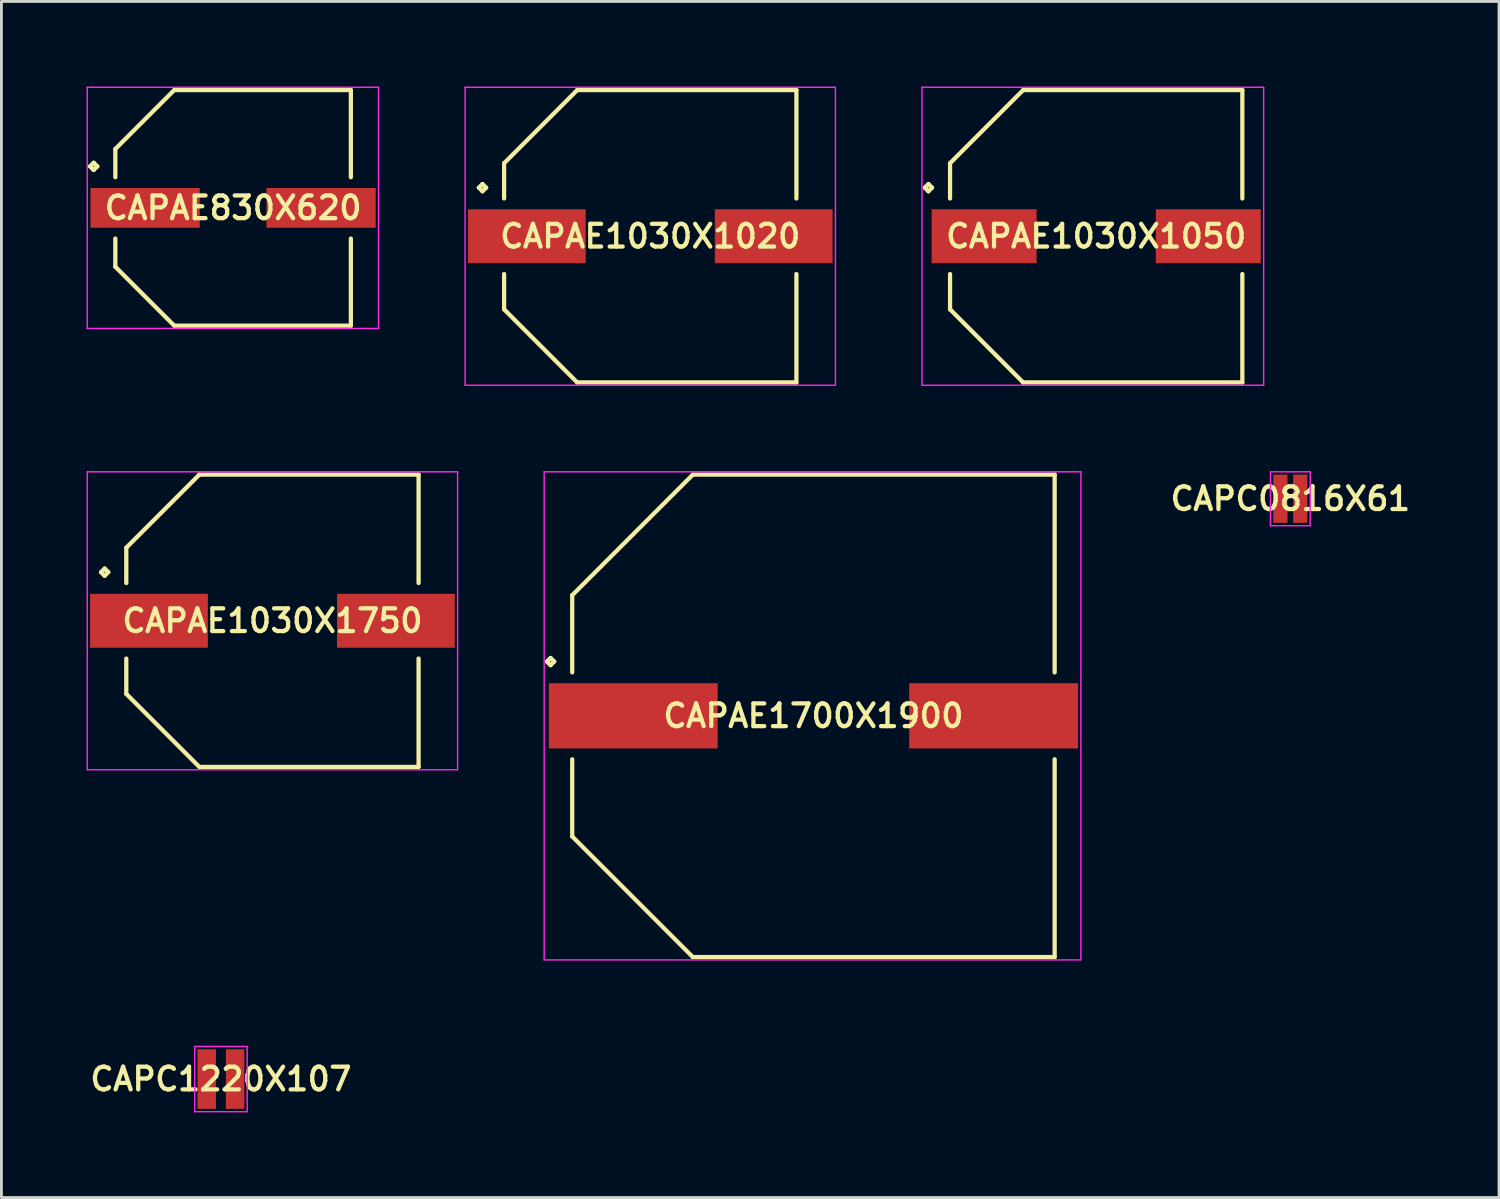
<source format=kicad_pcb>
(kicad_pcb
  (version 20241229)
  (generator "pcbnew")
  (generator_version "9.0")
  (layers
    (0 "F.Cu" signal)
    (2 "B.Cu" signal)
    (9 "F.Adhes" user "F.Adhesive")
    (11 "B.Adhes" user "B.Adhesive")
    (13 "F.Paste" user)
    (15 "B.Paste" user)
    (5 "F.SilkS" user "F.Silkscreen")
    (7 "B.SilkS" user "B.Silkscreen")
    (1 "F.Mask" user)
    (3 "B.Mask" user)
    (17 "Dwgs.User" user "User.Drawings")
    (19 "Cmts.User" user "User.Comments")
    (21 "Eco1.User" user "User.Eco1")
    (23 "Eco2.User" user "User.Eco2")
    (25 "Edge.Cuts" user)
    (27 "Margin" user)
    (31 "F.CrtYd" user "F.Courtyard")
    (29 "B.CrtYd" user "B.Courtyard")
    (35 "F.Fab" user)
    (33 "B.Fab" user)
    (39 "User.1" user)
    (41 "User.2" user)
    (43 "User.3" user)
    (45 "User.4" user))
  (footprint "CAPAE1030X1020"
    (layer "F.Cu")
    (at 19.864 5.275)
    (property "Reference" "CAPAE1030X1020" (at 0 0 0) (layer "F.SilkS") (effects (font (size 0.8 0.8) (thickness 0.15))))
    (attr smd)
    (fp_line (start -6.039 -1.712) (end -5.912 -1.839) (stroke (width 0.15) (type solid)) (layer "F.SilkS"))
    (fp_line (start -5.912 -1.839) (end -5.785 -1.712) (stroke (width 0.15) (type solid)) (layer "F.SilkS"))
    (fp_line (start -5.912 -1.585) (end -6.039 -1.712) (stroke (width 0.15) (type solid)) (layer "F.SilkS"))
    (fp_line (start -5.785 -1.712) (end -5.912 -1.585) (stroke (width 0.15) (type solid)) (layer "F.SilkS"))
    (fp_line (start -5.15 -2.575) (end -5.15 -1.331) (stroke (width 0.15) (type solid)) (layer "F.SilkS"))
    (fp_line (start -5.15 2.575) (end -5.15 1.331) (stroke (width 0.15) (type solid)) (layer "F.SilkS"))
    (fp_line (start -2.575 -5.15) (end -5.15 -2.575) (stroke (width 0.15) (type solid)) (layer "F.SilkS"))
    (fp_line (start -2.575 5.15) (end -5.15 2.575) (stroke (width 0.15) (type solid)) (layer "F.SilkS"))
    (fp_line (start 5.15 -5.15) (end -2.575 -5.15) (stroke (width 0.15) (type solid)) (layer "F.SilkS"))
    (fp_line (start 5.15 -1.331) (end 5.15 -5.15) (stroke (width 0.15) (type solid)) (layer "F.SilkS"))
    (fp_line (start 5.15 1.331) (end 5.15 5.15) (stroke (width 0.15) (type solid)) (layer "F.SilkS"))
    (fp_line (start 5.15 5.15) (end -2.575 5.15) (stroke (width 0.15) (type solid)) (layer "F.SilkS"))
    (fp_line (start -6.525 -5.25) (end 6.525 -5.25) (stroke (width 0.05) (type solid)) (layer "F.CrtYd"))
    (fp_line (start -6.525 5.25) (end -6.525 -5.25) (stroke (width 0.05) (type solid)) (layer "F.CrtYd"))
    (fp_line (start 6.525 -5.25) (end 6.525 5.25) (stroke (width 0.05) (type solid)) (layer "F.CrtYd"))
    (fp_line (start 6.525 5.25) (end -6.525 5.25) (stroke (width 0.05) (type solid)) (layer "F.CrtYd"))
    (pad "1" smd rect (at -4.35 0) (size 4.15 1.9) (layers "F.Cu" "F.Mask" "F.Paste"))
    (pad "2" smd rect (at 4.35 0) (size 4.15 1.9) (layers "F.Cu" "F.Mask" "F.Paste")))
  (footprint "CAPAE1030X1750"
    (layer "F.Cu")
    (at 6.55 18.825)
    (property "Reference" "CAPAE1030X1750" (at 0 0 0) (layer "F.SilkS") (effects (font (size 0.8 0.8) (thickness 0.15))))
    (attr smd)
    (fp_line (start -6.039 -1.712) (end -5.912 -1.839) (stroke (width 0.15) (type solid)) (layer "F.SilkS"))
    (fp_line (start -5.912 -1.839) (end -5.785 -1.712) (stroke (width 0.15) (type solid)) (layer "F.SilkS"))
    (fp_line (start -5.912 -1.585) (end -6.039 -1.712) (stroke (width 0.15) (type solid)) (layer "F.SilkS"))
    (fp_line (start -5.785 -1.712) (end -5.912 -1.585) (stroke (width 0.15) (type solid)) (layer "F.SilkS"))
    (fp_line (start -5.15 -2.575) (end -5.15 -1.331) (stroke (width 0.15) (type solid)) (layer "F.SilkS"))
    (fp_line (start -5.15 2.575) (end -5.15 1.331) (stroke (width 0.15) (type solid)) (layer "F.SilkS"))
    (fp_line (start -2.575 -5.15) (end -5.15 -2.575) (stroke (width 0.15) (type solid)) (layer "F.SilkS"))
    (fp_line (start -2.575 5.15) (end -5.15 2.575) (stroke (width 0.15) (type solid)) (layer "F.SilkS"))
    (fp_line (start 5.15 -5.15) (end -2.575 -5.15) (stroke (width 0.15) (type solid)) (layer "F.SilkS"))
    (fp_line (start 5.15 -1.331) (end 5.15 -5.15) (stroke (width 0.15) (type solid)) (layer "F.SilkS"))
    (fp_line (start 5.15 1.331) (end 5.15 5.15) (stroke (width 0.15) (type solid)) (layer "F.SilkS"))
    (fp_line (start 5.15 5.15) (end -2.575 5.15) (stroke (width 0.15) (type solid)) (layer "F.SilkS"))
    (fp_line (start -6.525 -5.25) (end 6.525 -5.25) (stroke (width 0.05) (type solid)) (layer "F.CrtYd"))
    (fp_line (start -6.525 5.25) (end -6.525 -5.25) (stroke (width 0.05) (type solid)) (layer "F.CrtYd"))
    (fp_line (start 6.525 -5.25) (end 6.525 5.25) (stroke (width 0.05) (type solid)) (layer "F.CrtYd"))
    (fp_line (start 6.525 5.25) (end -6.525 5.25) (stroke (width 0.05) (type solid)) (layer "F.CrtYd"))
    (pad "1" smd rect (at -4.35 0) (size 4.15 1.9) (layers "F.Cu" "F.Mask" "F.Paste"))
    (pad "2" smd rect (at 4.35 0) (size 4.15 1.9) (layers "F.Cu" "F.Mask" "F.Paste")))
  (footprint "CAPAE1700X1900"
    (layer "F.Cu")
    (at 25.614 22.175)
    (property "Reference" "CAPAE1700X1900" (at 0 0 0) (layer "F.SilkS") (effects (font (size 0.8 0.8) (thickness 0.15))))
    (attr smd)
    (fp_line (start -9.389 -1.912) (end -9.262 -2.039) (stroke (width 0.15) (type solid)) (layer "F.SilkS"))
    (fp_line (start -9.262 -2.039) (end -9.135 -1.912) (stroke (width 0.15) (type solid)) (layer "F.SilkS"))
    (fp_line (start -9.262 -1.785) (end -9.389 -1.912) (stroke (width 0.15) (type solid)) (layer "F.SilkS"))
    (fp_line (start -9.135 -1.912) (end -9.262 -1.785) (stroke (width 0.15) (type solid)) (layer "F.SilkS"))
    (fp_line (start -8.5 -4.25) (end -8.5 -1.531) (stroke (width 0.15) (type solid)) (layer "F.SilkS"))
    (fp_line (start -8.5 4.25) (end -8.5 1.531) (stroke (width 0.15) (type solid)) (layer "F.SilkS"))
    (fp_line (start -4.25 -8.5) (end -8.5 -4.25) (stroke (width 0.15) (type solid)) (layer "F.SilkS"))
    (fp_line (start -4.25 8.5) (end -8.5 4.25) (stroke (width 0.15) (type solid)) (layer "F.SilkS"))
    (fp_line (start 8.5 -8.5) (end -4.25 -8.5) (stroke (width 0.15) (type solid)) (layer "F.SilkS"))
    (fp_line (start 8.5 -1.531) (end 8.5 -8.5) (stroke (width 0.15) (type solid)) (layer "F.SilkS"))
    (fp_line (start 8.5 1.531) (end 8.5 8.5) (stroke (width 0.15) (type solid)) (layer "F.SilkS"))
    (fp_line (start 8.5 8.5) (end -4.25 8.5) (stroke (width 0.15) (type solid)) (layer "F.SilkS"))
    (fp_line (start -9.489 -8.6) (end 9.425 -8.6) (stroke (width 0.05) (type solid)) (layer "F.CrtYd"))
    (fp_line (start -9.489 8.6) (end -9.489 -8.6) (stroke (width 0.05) (type solid)) (layer "F.CrtYd"))
    (fp_line (start 9.425 -8.6) (end 9.425 8.6) (stroke (width 0.05) (type solid)) (layer "F.CrtYd"))
    (fp_line (start 9.425 8.6) (end -9.489 8.6) (stroke (width 0.05) (type solid)) (layer "F.CrtYd"))
    (pad "1" smd rect (at -6.35 0) (size 5.95 2.3) (layers "F.Cu" "F.Mask" "F.Paste"))
    (pad "2" smd rect (at 6.35 0) (size 5.95 2.3) (layers "F.Cu" "F.Mask" "F.Paste")))
  (footprint "CAPAE1030X1050"
    (layer "F.Cu")
    (at 35.578 5.275)
    (property "Reference" "CAPAE1030X1050" (at 0 0 0) (layer "F.SilkS") (effects (font (size 0.8 0.8) (thickness 0.15))))
    (attr smd)
    (fp_line (start -6.039 -1.712) (end -5.912 -1.839) (stroke (width 0.15) (type solid)) (layer "F.SilkS"))
    (fp_line (start -5.912 -1.839) (end -5.785 -1.712) (stroke (width 0.15) (type solid)) (layer "F.SilkS"))
    (fp_line (start -5.912 -1.585) (end -6.039 -1.712) (stroke (width 0.15) (type solid)) (layer "F.SilkS"))
    (fp_line (start -5.785 -1.712) (end -5.912 -1.585) (stroke (width 0.15) (type solid)) (layer "F.SilkS"))
    (fp_line (start -5.15 -2.575) (end -5.15 -1.331) (stroke (width 0.15) (type solid)) (layer "F.SilkS"))
    (fp_line (start -5.15 2.575) (end -5.15 1.331) (stroke (width 0.15) (type solid)) (layer "F.SilkS"))
    (fp_line (start -2.575 -5.15) (end -5.15 -2.575) (stroke (width 0.15) (type solid)) (layer "F.SilkS"))
    (fp_line (start -2.575 5.15) (end -5.15 2.575) (stroke (width 0.15) (type solid)) (layer "F.SilkS"))
    (fp_line (start 5.15 -5.15) (end -2.575 -5.15) (stroke (width 0.15) (type solid)) (layer "F.SilkS"))
    (fp_line (start 5.15 -1.331) (end 5.15 -5.15) (stroke (width 0.15) (type solid)) (layer "F.SilkS"))
    (fp_line (start 5.15 1.331) (end 5.15 5.15) (stroke (width 0.15) (type solid)) (layer "F.SilkS"))
    (fp_line (start 5.15 5.15) (end -2.575 5.15) (stroke (width 0.15) (type solid)) (layer "F.SilkS"))
    (fp_line (start -6.139 -5.25) (end 5.9 -5.25) (stroke (width 0.05) (type solid)) (layer "F.CrtYd"))
    (fp_line (start -6.139 5.25) (end -6.139 -5.25) (stroke (width 0.05) (type solid)) (layer "F.CrtYd"))
    (fp_line (start 5.9 -5.25) (end 5.9 5.25) (stroke (width 0.05) (type solid)) (layer "F.CrtYd"))
    (fp_line (start 5.9 5.25) (end -6.139 5.25) (stroke (width 0.05) (type solid)) (layer "F.CrtYd"))
    (pad "1" smd rect (at -3.95 0) (size 3.7 1.9) (layers "F.Cu" "F.Mask" "F.Paste"))
    (pad "2" smd rect (at 3.95 0) (size 3.7 1.9) (layers "F.Cu" "F.Mask" "F.Paste")))
  (footprint "CAPC1220X107"
    (layer "F.Cu")
    (at 4.735 34.975)
    (property "Reference" "CAPC1220X107" (at 0 0 0) (layer "F.SilkS") (effects (font (size 0.8 0.8) (thickness 0.15))))
    (attr smd)
    (fp_line (start -0.925 -1.15) (end 0.925 -1.15) (stroke (width 0.05) (type solid)) (layer "F.CrtYd"))
    (fp_line (start -0.925 1.15) (end -0.925 -1.15) (stroke (width 0.05) (type solid)) (layer "F.CrtYd"))
    (fp_line (start 0.925 -1.15) (end 0.925 1.15) (stroke (width 0.05) (type solid)) (layer "F.CrtYd"))
    (fp_line (start 0.925 1.15) (end -0.925 1.15) (stroke (width 0.05) (type solid)) (layer "F.CrtYd"))
    (pad "1" smd rect (at -0.5 0) (size 0.65 2.1) (layers "F.Cu" "F.Mask" "F.Paste"))
    (pad "2" smd rect (at 0.5 0) (size 0.65 2.1) (layers "F.Cu" "F.Mask" "F.Paste")))
  (footprint "CAPC0816X61"
    (layer "F.Cu")
    (at 42.419 14.525)
    (property "Reference" "CAPC0816X61" (at 0 0 0) (layer "F.SilkS") (effects (font (size 0.8 0.8) (thickness 0.15))))
    (attr smd)
    (fp_line (start -0.7 -0.95) (end 0.7 -0.95) (stroke (width 0.05) (type solid)) (layer "F.CrtYd"))
    (fp_line (start -0.7 0.95) (end -0.7 -0.95) (stroke (width 0.05) (type solid)) (layer "F.CrtYd"))
    (fp_line (start 0.7 -0.95) (end 0.7 0.95) (stroke (width 0.05) (type solid)) (layer "F.CrtYd"))
    (fp_line (start 0.7 0.95) (end -0.7 0.95) (stroke (width 0.05) (type solid)) (layer "F.CrtYd"))
    (pad "1" smd rect (at -0.35 0) (size 0.5 1.7) (layers "F.Cu" "F.Mask" "F.Paste"))
    (pad "2" smd rect (at 0.35 0) (size 0.5 1.7) (layers "F.Cu" "F.Mask" "F.Paste")))
  (footprint "CAPAE830X620"
    (layer "F.Cu")
    (at 5.164 4.275)
    (property "Reference" "CAPAE830X620" (at 0 0 0) (layer "F.SilkS") (effects (font (size 0.8 0.8) (thickness 0.15))))
    (attr smd)
    (fp_line (start -5.039 -1.462) (end -4.912 -1.589) (stroke (width 0.15) (type solid)) (layer "F.SilkS"))
    (fp_line (start -4.912 -1.589) (end -4.785 -1.462) (stroke (width 0.15) (type solid)) (layer "F.SilkS"))
    (fp_line (start -4.912 -1.335) (end -5.039 -1.462) (stroke (width 0.15) (type solid)) (layer "F.SilkS"))
    (fp_line (start -4.785 -1.462) (end -4.912 -1.335) (stroke (width 0.15) (type solid)) (layer "F.SilkS"))
    (fp_line (start -4.15 -2.075) (end -4.15 -1.081) (stroke (width 0.15) (type solid)) (layer "F.SilkS"))
    (fp_line (start -4.15 2.075) (end -4.15 1.081) (stroke (width 0.15) (type solid)) (layer "F.SilkS"))
    (fp_line (start -2.075 -4.15) (end -4.15 -2.075) (stroke (width 0.15) (type solid)) (layer "F.SilkS"))
    (fp_line (start -2.075 4.15) (end -4.15 2.075) (stroke (width 0.15) (type solid)) (layer "F.SilkS"))
    (fp_line (start 4.15 -4.15) (end -2.075 -4.15) (stroke (width 0.15) (type solid)) (layer "F.SilkS"))
    (fp_line (start 4.15 -1.081) (end 4.15 -4.15) (stroke (width 0.15) (type solid)) (layer "F.SilkS"))
    (fp_line (start 4.15 1.081) (end 4.15 4.15) (stroke (width 0.15) (type solid)) (layer "F.SilkS"))
    (fp_line (start 4.15 4.15) (end -2.075 4.15) (stroke (width 0.15) (type solid)) (layer "F.SilkS"))
    (fp_line (start -5.139 -4.25) (end 5.125 -4.25) (stroke (width 0.05) (type solid)) (layer "F.CrtYd"))
    (fp_line (start -5.139 4.25) (end -5.139 -4.25) (stroke (width 0.05) (type solid)) (layer "F.CrtYd"))
    (fp_line (start 5.125 -4.25) (end 5.125 4.25) (stroke (width 0.05) (type solid)) (layer "F.CrtYd"))
    (fp_line (start 5.125 4.25) (end -5.139 4.25) (stroke (width 0.05) (type solid)) (layer "F.CrtYd"))
    (pad "1" smd rect (at -3.1 0) (size 3.85 1.4) (layers "F.Cu" "F.Mask" "F.Paste"))
    (pad "2" smd rect (at 3.1 0) (size 3.85 1.4) (layers "F.Cu" "F.Mask" "F.Paste")))
  (gr_rect
    (start -3 -3)
    (end 49.773 39.15)
    (stroke (width 0.1) (type default))
    (fill no)
    (layer "Edge.Cuts")))
</source>
